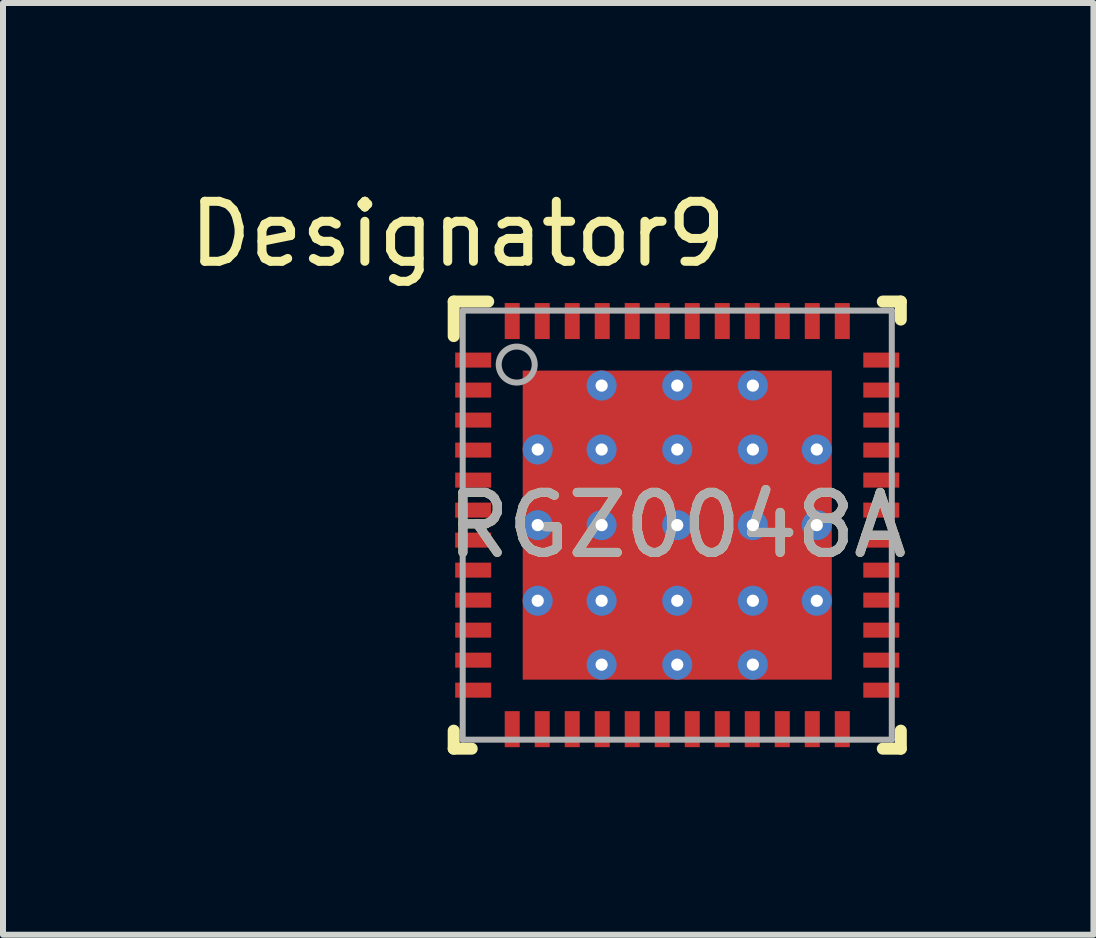
<source format=kicad_pcb>
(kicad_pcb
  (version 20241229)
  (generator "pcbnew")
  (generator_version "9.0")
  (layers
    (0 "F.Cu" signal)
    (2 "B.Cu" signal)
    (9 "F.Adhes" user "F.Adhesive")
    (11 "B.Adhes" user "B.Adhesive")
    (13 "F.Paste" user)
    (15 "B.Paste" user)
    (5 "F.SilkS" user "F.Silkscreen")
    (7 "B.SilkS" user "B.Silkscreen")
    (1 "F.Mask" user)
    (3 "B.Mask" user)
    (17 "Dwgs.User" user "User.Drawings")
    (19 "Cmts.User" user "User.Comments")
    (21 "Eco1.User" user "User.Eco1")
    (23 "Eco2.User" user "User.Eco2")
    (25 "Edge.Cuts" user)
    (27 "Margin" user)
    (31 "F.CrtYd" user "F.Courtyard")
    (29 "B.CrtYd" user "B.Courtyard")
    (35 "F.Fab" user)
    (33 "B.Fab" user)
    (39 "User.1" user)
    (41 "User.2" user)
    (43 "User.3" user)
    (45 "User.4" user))
  (footprint "RGZ0048A"
    (layer "F.Cu")
    (at 8.235 5.7)
    (property "Reference" "RGZ0048A" (at 0 0 0) (unlocked yes) (layer "F.SilkS") (effects (font (size 1 1) (thickness 0.15))))
    (attr smd)
    (fp_line (start -3.725 -3.725) (end -3.15 -3.725) (stroke (width 0.2) (type solid)) (layer "F.SilkS"))
    (fp_line (start -3.725 -3.15) (end -3.725 -3.725) (stroke (width 0.2) (type solid)) (layer "F.SilkS"))
    (fp_line (start -3.725 3.725) (end -3.725 3.425) (stroke (width 0.2) (type solid)) (layer "F.SilkS"))
    (fp_line (start -3.725 3.725) (end -3.425 3.725) (stroke (width 0.2) (type solid)) (layer "F.SilkS"))
    (fp_line (start 3.425 -3.725) (end 3.725 -3.725) (stroke (width 0.2) (type solid)) (layer "F.SilkS"))
    (fp_line (start 3.425 3.725) (end 3.725 3.725) (stroke (width 0.2) (type solid)) (layer "F.SilkS"))
    (fp_line (start 3.725 -3.425) (end 3.725 -3.725) (stroke (width 0.2) (type solid)) (layer "F.SilkS"))
    (fp_line (start 3.725 3.725) (end 3.725 3.425) (stroke (width 0.2) (type solid)) (layer "F.SilkS"))
    (fp_poly (pts (xy -1.36 -2.372) (xy -1.36 -1.408) (xy -1.361 -1.398) (xy -1.364 -1.389) (xy -1.368 -1.381) (xy -1.374 -1.374) (xy -1.381 -1.368) (xy -1.389 -1.364) (xy -1.398 -1.361) (xy -1.408 -1.36) (xy -2.372 -1.36) (xy -2.382 -1.361) (xy -2.391 -1.364) (xy -2.399 -1.368) (xy -2.406 -1.374) (xy -2.412 -1.381) (xy -2.416 -1.389) (xy -2.419 -1.398) (xy -2.42 -1.408) (xy -2.42 -2.372) (xy -2.419 -2.382) (xy -2.416 -2.391) (xy -2.412 -2.399) (xy -2.406 -2.406) (xy -2.399 -2.412) (xy -2.391 -2.416) (xy -2.382 -2.419) (xy -2.372 -2.42) (xy -1.408 -2.42) (xy -1.398 -2.419) (xy -1.389 -2.416) (xy -1.381 -2.412) (xy -1.374 -2.406) (xy -1.368 -2.399) (xy -1.364 -2.391) (xy -1.361 -2.382)) (stroke (width 0) (type solid)) (fill yes) (layer "F.Paste"))
    (fp_poly (pts (xy -1.36 -1.112) (xy -1.36 -0.148) (xy -1.361 -0.138) (xy -1.364 -0.129) (xy -1.368 -0.121) (xy -1.374 -0.114) (xy -1.381 -0.108) (xy -1.389 -0.104) (xy -1.398 -0.101) (xy -1.408 -0.1) (xy -2.372 -0.1) (xy -2.382 -0.101) (xy -2.391 -0.104) (xy -2.399 -0.108) (xy -2.406 -0.114) (xy -2.412 -0.121) (xy -2.416 -0.129) (xy -2.419 -0.138) (xy -2.42 -0.148) (xy -2.42 -1.112) (xy -2.419 -1.122) (xy -2.416 -1.131) (xy -2.412 -1.139) (xy -2.406 -1.146) (xy -2.399 -1.152) (xy -2.391 -1.156) (xy -2.382 -1.159) (xy -2.372 -1.16) (xy -1.408 -1.16) (xy -1.398 -1.159) (xy -1.389 -1.156) (xy -1.381 -1.152) (xy -1.374 -1.146) (xy -1.368 -1.139) (xy -1.364 -1.131) (xy -1.361 -1.122)) (stroke (width 0) (type solid)) (fill yes) (layer "F.Paste"))
    (fp_poly (pts (xy -1.36 0.148) (xy -1.36 1.112) (xy -1.361 1.122) (xy -1.364 1.131) (xy -1.368 1.139) (xy -1.374 1.146) (xy -1.381 1.152) (xy -1.389 1.156) (xy -1.398 1.159) (xy -1.408 1.16) (xy -2.372 1.16) (xy -2.382 1.159) (xy -2.391 1.156) (xy -2.399 1.152) (xy -2.406 1.146) (xy -2.412 1.139) (xy -2.416 1.131) (xy -2.419 1.122) (xy -2.42 1.112) (xy -2.42 0.148) (xy -2.419 0.138) (xy -2.416 0.129) (xy -2.412 0.121) (xy -2.406 0.114) (xy -2.399 0.108) (xy -2.391 0.104) (xy -2.382 0.101) (xy -2.372 0.1) (xy -1.408 0.1) (xy -1.398 0.101) (xy -1.389 0.104) (xy -1.381 0.108) (xy -1.374 0.114) (xy -1.368 0.121) (xy -1.364 0.129) (xy -1.361 0.138)) (stroke (width 0) (type solid)) (fill yes) (layer "F.Paste"))
    (fp_poly (pts (xy -1.36 1.408) (xy -1.36 2.372) (xy -1.361 2.382) (xy -1.364 2.391) (xy -1.368 2.399) (xy -1.374 2.406) (xy -1.381 2.412) (xy -1.389 2.416) (xy -1.398 2.419) (xy -1.408 2.42) (xy -2.372 2.42) (xy -2.382 2.419) (xy -2.391 2.416) (xy -2.399 2.412) (xy -2.406 2.406) (xy -2.412 2.399) (xy -2.416 2.391) (xy -2.419 2.382) (xy -2.42 2.372) (xy -2.42 1.408) (xy -2.419 1.398) (xy -2.416 1.389) (xy -2.412 1.381) (xy -2.406 1.374) (xy -2.399 1.368) (xy -2.391 1.364) (xy -2.382 1.361) (xy -2.372 1.36) (xy -1.408 1.36) (xy -1.398 1.361) (xy -1.389 1.364) (xy -1.381 1.368) (xy -1.374 1.374) (xy -1.368 1.381) (xy -1.364 1.389) (xy -1.361 1.398)) (stroke (width 0) (type solid)) (fill yes) (layer "F.Paste"))
    (fp_poly (pts (xy -0.1 -2.372) (xy -0.1 -1.408) (xy -0.101 -1.398) (xy -0.104 -1.389) (xy -0.108 -1.381) (xy -0.114 -1.374) (xy -0.121 -1.368) (xy -0.129 -1.364) (xy -0.138 -1.361) (xy -0.148 -1.36) (xy -1.112 -1.36) (xy -1.122 -1.361) (xy -1.131 -1.364) (xy -1.139 -1.368) (xy -1.146 -1.374) (xy -1.152 -1.381) (xy -1.156 -1.389) (xy -1.159 -1.398) (xy -1.16 -1.408) (xy -1.16 -2.372) (xy -1.159 -2.382) (xy -1.156 -2.391) (xy -1.152 -2.399) (xy -1.146 -2.406) (xy -1.139 -2.412) (xy -1.131 -2.416) (xy -1.122 -2.419) (xy -1.112 -2.42) (xy -0.148 -2.42) (xy -0.138 -2.419) (xy -0.129 -2.416) (xy -0.121 -2.412) (xy -0.114 -2.406) (xy -0.108 -2.399) (xy -0.104 -2.391) (xy -0.101 -2.382)) (stroke (width 0) (type solid)) (fill yes) (layer "F.Paste"))
    (fp_poly (pts (xy -0.1 -1.112) (xy -0.1 -0.148) (xy -0.101 -0.138) (xy -0.104 -0.129) (xy -0.108 -0.121) (xy -0.114 -0.114) (xy -0.121 -0.108) (xy -0.129 -0.104) (xy -0.138 -0.101) (xy -0.148 -0.1) (xy -1.112 -0.1) (xy -1.122 -0.101) (xy -1.131 -0.104) (xy -1.139 -0.108) (xy -1.146 -0.114) (xy -1.152 -0.121) (xy -1.156 -0.129) (xy -1.159 -0.138) (xy -1.16 -0.148) (xy -1.16 -1.112) (xy -1.159 -1.122) (xy -1.156 -1.131) (xy -1.152 -1.139) (xy -1.146 -1.146) (xy -1.139 -1.152) (xy -1.131 -1.156) (xy -1.122 -1.159) (xy -1.112 -1.16) (xy -0.148 -1.16) (xy -0.138 -1.159) (xy -0.129 -1.156) (xy -0.121 -1.152) (xy -0.114 -1.146) (xy -0.108 -1.139) (xy -0.104 -1.131) (xy -0.101 -1.122)) (stroke (width 0) (type solid)) (fill yes) (layer "F.Paste"))
    (fp_poly (pts (xy -0.1 0.148) (xy -0.1 1.112) (xy -0.101 1.122) (xy -0.104 1.131) (xy -0.108 1.139) (xy -0.114 1.146) (xy -0.121 1.152) (xy -0.129 1.156) (xy -0.138 1.159) (xy -0.148 1.16) (xy -1.112 1.16) (xy -1.122 1.159) (xy -1.131 1.156) (xy -1.139 1.152) (xy -1.146 1.146) (xy -1.152 1.139) (xy -1.156 1.131) (xy -1.159 1.122) (xy -1.16 1.112) (xy -1.16 0.148) (xy -1.159 0.138) (xy -1.156 0.129) (xy -1.152 0.121) (xy -1.146 0.114) (xy -1.139 0.108) (xy -1.131 0.104) (xy -1.122 0.101) (xy -1.112 0.1) (xy -0.148 0.1) (xy -0.138 0.101) (xy -0.129 0.104) (xy -0.121 0.108) (xy -0.114 0.114) (xy -0.108 0.121) (xy -0.104 0.129) (xy -0.101 0.138)) (stroke (width 0) (type solid)) (fill yes) (layer "F.Paste"))
    (fp_poly (pts (xy -0.1 1.408) (xy -0.1 2.372) (xy -0.101 2.382) (xy -0.104 2.391) (xy -0.108 2.399) (xy -0.114 2.406) (xy -0.121 2.412) (xy -0.129 2.416) (xy -0.138 2.419) (xy -0.148 2.42) (xy -1.112 2.42) (xy -1.122 2.419) (xy -1.131 2.416) (xy -1.139 2.412) (xy -1.146 2.406) (xy -1.152 2.399) (xy -1.156 2.391) (xy -1.159 2.382) (xy -1.16 2.372) (xy -1.16 1.408) (xy -1.159 1.398) (xy -1.156 1.389) (xy -1.152 1.381) (xy -1.146 1.374) (xy -1.139 1.368) (xy -1.131 1.364) (xy -1.122 1.361) (xy -1.112 1.36) (xy -0.148 1.36) (xy -0.138 1.361) (xy -0.129 1.364) (xy -0.121 1.368) (xy -0.114 1.374) (xy -0.108 1.381) (xy -0.104 1.389) (xy -0.101 1.398)) (stroke (width 0) (type solid)) (fill yes) (layer "F.Paste"))
    (fp_poly (pts (xy 0.1 -1.408) (xy 0.1 -2.372) (xy 0.101 -2.382) (xy 0.104 -2.391) (xy 0.108 -2.399) (xy 0.114 -2.406) (xy 0.121 -2.412) (xy 0.129 -2.416) (xy 0.138 -2.419) (xy 0.148 -2.42) (xy 1.112 -2.42) (xy 1.122 -2.419) (xy 1.131 -2.416) (xy 1.139 -2.412) (xy 1.146 -2.406) (xy 1.152 -2.399) (xy 1.156 -2.391) (xy 1.159 -2.382) (xy 1.16 -2.372) (xy 1.16 -1.408) (xy 1.159 -1.398) (xy 1.156 -1.389) (xy 1.152 -1.381) (xy 1.146 -1.374) (xy 1.139 -1.368) (xy 1.131 -1.364) (xy 1.122 -1.361) (xy 1.112 -1.36) (xy 0.148 -1.36) (xy 0.138 -1.361) (xy 0.129 -1.364) (xy 0.121 -1.368) (xy 0.114 -1.374) (xy 0.108 -1.381) (xy 0.104 -1.389) (xy 0.101 -1.398)) (stroke (width 0) (type solid)) (fill yes) (layer "F.Paste"))
    (fp_poly (pts (xy 0.1 -0.148) (xy 0.1 -1.112) (xy 0.101 -1.122) (xy 0.104 -1.131) (xy 0.108 -1.139) (xy 0.114 -1.146) (xy 0.121 -1.152) (xy 0.129 -1.156) (xy 0.138 -1.159) (xy 0.148 -1.16) (xy 1.112 -1.16) (xy 1.122 -1.159) (xy 1.131 -1.156) (xy 1.139 -1.152) (xy 1.146 -1.146) (xy 1.152 -1.139) (xy 1.156 -1.131) (xy 1.159 -1.122) (xy 1.16 -1.112) (xy 1.16 -0.148) (xy 1.159 -0.138) (xy 1.156 -0.129) (xy 1.152 -0.121) (xy 1.146 -0.114) (xy 1.139 -0.108) (xy 1.131 -0.104) (xy 1.122 -0.101) (xy 1.112 -0.1) (xy 0.148 -0.1) (xy 0.138 -0.101) (xy 0.129 -0.104) (xy 0.121 -0.108) (xy 0.114 -0.114) (xy 0.108 -0.121) (xy 0.104 -0.129) (xy 0.101 -0.138)) (stroke (width 0) (type solid)) (fill yes) (layer "F.Paste"))
    (fp_poly (pts (xy 0.1 1.112) (xy 0.1 0.148) (xy 0.101 0.138) (xy 0.104 0.129) (xy 0.108 0.121) (xy 0.114 0.114) (xy 0.121 0.108) (xy 0.129 0.104) (xy 0.138 0.101) (xy 0.148 0.1) (xy 1.112 0.1) (xy 1.122 0.101) (xy 1.131 0.104) (xy 1.139 0.108) (xy 1.146 0.114) (xy 1.152 0.121) (xy 1.156 0.129) (xy 1.159 0.138) (xy 1.16 0.148) (xy 1.16 1.112) (xy 1.159 1.122) (xy 1.156 1.131) (xy 1.152 1.139) (xy 1.146 1.146) (xy 1.139 1.152) (xy 1.131 1.156) (xy 1.122 1.159) (xy 1.112 1.16) (xy 0.148 1.16) (xy 0.138 1.159) (xy 0.129 1.156) (xy 0.121 1.152) (xy 0.114 1.146) (xy 0.108 1.139) (xy 0.104 1.131) (xy 0.101 1.122)) (stroke (width 0) (type solid)) (fill yes) (layer "F.Paste"))
    (fp_poly (pts (xy 0.1 2.372) (xy 0.1 1.408) (xy 0.101 1.398) (xy 0.104 1.389) (xy 0.108 1.381) (xy 0.114 1.374) (xy 0.121 1.368) (xy 0.129 1.364) (xy 0.138 1.361) (xy 0.148 1.36) (xy 1.112 1.36) (xy 1.122 1.361) (xy 1.131 1.364) (xy 1.139 1.368) (xy 1.146 1.374) (xy 1.152 1.381) (xy 1.156 1.389) (xy 1.159 1.398) (xy 1.16 1.408) (xy 1.16 2.372) (xy 1.159 2.382) (xy 1.156 2.391) (xy 1.152 2.399) (xy 1.146 2.406) (xy 1.139 2.412) (xy 1.131 2.416) (xy 1.122 2.419) (xy 1.112 2.42) (xy 0.148 2.42) (xy 0.138 2.419) (xy 0.129 2.416) (xy 0.121 2.412) (xy 0.114 2.406) (xy 0.108 2.399) (xy 0.104 2.391) (xy 0.101 2.382)) (stroke (width 0) (type solid)) (fill yes) (layer "F.Paste"))
    (fp_poly (pts (xy 1.36 -1.408) (xy 1.36 -2.372) (xy 1.361 -2.382) (xy 1.364 -2.391) (xy 1.368 -2.399) (xy 1.374 -2.406) (xy 1.381 -2.412) (xy 1.389 -2.416) (xy 1.398 -2.419) (xy 1.408 -2.42) (xy 2.372 -2.42) (xy 2.382 -2.419) (xy 2.391 -2.416) (xy 2.399 -2.412) (xy 2.406 -2.406) (xy 2.412 -2.399) (xy 2.416 -2.391) (xy 2.419 -2.382) (xy 2.42 -2.372) (xy 2.42 -1.408) (xy 2.419 -1.398) (xy 2.416 -1.389) (xy 2.412 -1.381) (xy 2.406 -1.374) (xy 2.399 -1.368) (xy 2.391 -1.364) (xy 2.382 -1.361) (xy 2.372 -1.36) (xy 1.408 -1.36) (xy 1.398 -1.361) (xy 1.389 -1.364) (xy 1.381 -1.368) (xy 1.374 -1.374) (xy 1.368 -1.381) (xy 1.364 -1.389) (xy 1.361 -1.398)) (stroke (width 0) (type solid)) (fill yes) (layer "F.Paste"))
    (fp_poly (pts (xy 1.36 -0.148) (xy 1.36 -1.112) (xy 1.361 -1.122) (xy 1.364 -1.131) (xy 1.368 -1.139) (xy 1.374 -1.146) (xy 1.381 -1.152) (xy 1.389 -1.156) (xy 1.398 -1.159) (xy 1.408 -1.16) (xy 2.372 -1.16) (xy 2.382 -1.159) (xy 2.391 -1.156) (xy 2.399 -1.152) (xy 2.406 -1.146) (xy 2.412 -1.139) (xy 2.416 -1.131) (xy 2.419 -1.122) (xy 2.42 -1.112) (xy 2.42 -0.148) (xy 2.419 -0.138) (xy 2.416 -0.129) (xy 2.412 -0.121) (xy 2.406 -0.114) (xy 2.399 -0.108) (xy 2.391 -0.104) (xy 2.382 -0.101) (xy 2.372 -0.1) (xy 1.408 -0.1) (xy 1.398 -0.101) (xy 1.389 -0.104) (xy 1.381 -0.108) (xy 1.374 -0.114) (xy 1.368 -0.121) (xy 1.364 -0.129) (xy 1.361 -0.138)) (stroke (width 0) (type solid)) (fill yes) (layer "F.Paste"))
    (fp_poly (pts (xy 1.36 1.112) (xy 1.36 0.148) (xy 1.361 0.138) (xy 1.364 0.129) (xy 1.368 0.121) (xy 1.374 0.114) (xy 1.381 0.108) (xy 1.389 0.104) (xy 1.398 0.101) (xy 1.408 0.1) (xy 2.372 0.1) (xy 2.382 0.101) (xy 2.391 0.104) (xy 2.399 0.108) (xy 2.406 0.114) (xy 2.412 0.121) (xy 2.416 0.129) (xy 2.419 0.138) (xy 2.42 0.148) (xy 2.42 1.112) (xy 2.419 1.122) (xy 2.416 1.131) (xy 2.412 1.139) (xy 2.406 1.146) (xy 2.399 1.152) (xy 2.391 1.156) (xy 2.382 1.159) (xy 2.372 1.16) (xy 1.408 1.16) (xy 1.398 1.159) (xy 1.389 1.156) (xy 1.381 1.152) (xy 1.374 1.146) (xy 1.368 1.139) (xy 1.364 1.131) (xy 1.361 1.122)) (stroke (width 0) (type solid)) (fill yes) (layer "F.Paste"))
    (fp_poly (pts (xy 1.36 2.372) (xy 1.36 1.408) (xy 1.361 1.398) (xy 1.364 1.389) (xy 1.368 1.381) (xy 1.374 1.374) (xy 1.381 1.368) (xy 1.389 1.364) (xy 1.398 1.361) (xy 1.408 1.36) (xy 2.372 1.36) (xy 2.382 1.361) (xy 2.391 1.364) (xy 2.399 1.368) (xy 2.406 1.374) (xy 2.412 1.381) (xy 2.416 1.389) (xy 2.419 1.398) (xy 2.42 1.408) (xy 2.42 2.372) (xy 2.419 2.382) (xy 2.416 2.391) (xy 2.412 2.399) (xy 2.406 2.406) (xy 2.399 2.412) (xy 2.391 2.416) (xy 2.382 2.419) (xy 2.372 2.42) (xy 1.408 2.42) (xy 1.398 2.419) (xy 1.389 2.416) (xy 1.381 2.412) (xy 1.374 2.406) (xy 1.368 2.399) (xy 1.364 2.391) (xy 1.361 2.382)) (stroke (width 0) (type solid)) (fill yes) (layer "F.Paste"))
    (fp_line (start -3.575 -3.575) (end 3.575 -3.575) (stroke (width 0.1) (type solid)) (layer "F.Fab"))
    (fp_line (start -3.575 3.575) (end -3.575 -3.575) (stroke (width 0.1) (type solid)) (layer "F.Fab"))
    (fp_line (start -3.575 3.575) (end 3.575 3.575) (stroke (width 0.1) (type solid)) (layer "F.Fab"))
    (fp_line (start 3.575 3.575) (end 3.575 -3.575) (stroke (width 0.1) (type solid)) (layer "F.Fab"))
    (fp_circle (center -2.675 -2.675) (end -2.375 -2.675) (stroke (width 0.1) (type solid)) (fill no) (layer "F.Fab"))
    (fp_text user "Designator9" (at -3.658 -4.851 0) (unlocked yes) (layer "F.SilkS") (effects (font (size 1 1) (thickness 0.15))))
    (fp_text user "${REFERENCE}" (at 0 0 0) (unlocked yes) (layer "F.Fab") (effects (font (size 1 1) (thickness 0.15))))
    (pad "1" smd rect (at -3.4 -2.75 90) (size 0.25 0.6) (layers "F.Cu" "F.Mask" "F.Paste"))
    (pad "2" smd rect (at -3.4 -2.25 90) (size 0.25 0.6) (layers "F.Cu" "F.Mask" "F.Paste"))
    (pad "3" smd rect (at -3.4 -1.75 90) (size 0.25 0.6) (layers "F.Cu" "F.Mask" "F.Paste"))
    (pad "4" smd rect (at -3.4 -1.25 90) (size 0.25 0.6) (layers "F.Cu" "F.Mask" "F.Paste"))
    (pad "5" smd rect (at -3.4 -0.75 90) (size 0.25 0.6) (layers "F.Cu" "F.Mask" "F.Paste"))
    (pad "6" smd rect (at -3.4 -0.25 90) (size 0.25 0.6) (layers "F.Cu" "F.Mask" "F.Paste"))
    (pad "7" smd rect (at -3.4 0.25 90) (size 0.25 0.6) (layers "F.Cu" "F.Mask" "F.Paste"))
    (pad "8" smd rect (at -3.4 0.75 90) (size 0.25 0.6) (layers "F.Cu" "F.Mask" "F.Paste"))
    (pad "9" smd rect (at -3.4 1.25 90) (size 0.25 0.6) (layers "F.Cu" "F.Mask" "F.Paste"))
    (pad "10" smd rect (at -3.4 1.75 90) (size 0.25 0.6) (layers "F.Cu" "F.Mask" "F.Paste"))
    (pad "11" smd rect (at -3.4 2.25 90) (size 0.25 0.6) (layers "F.Cu" "F.Mask" "F.Paste"))
    (pad "12" smd rect (at -3.4 2.75 90) (size 0.25 0.6) (layers "F.Cu" "F.Mask" "F.Paste"))
    (pad "13" smd rect (at -2.75 3.4) (size 0.25 0.6) (layers "F.Cu" "F.Mask" "F.Paste"))
    (pad "14" smd rect (at -2.25 3.4) (size 0.25 0.6) (layers "F.Cu" "F.Mask" "F.Paste"))
    (pad "15" smd rect (at -1.75 3.4) (size 0.25 0.6) (layers "F.Cu" "F.Mask" "F.Paste"))
    (pad "16" smd rect (at -1.25 3.4) (size 0.25 0.6) (layers "F.Cu" "F.Mask" "F.Paste"))
    (pad "17" smd rect (at -0.75 3.4) (size 0.25 0.6) (layers "F.Cu" "F.Mask" "F.Paste"))
    (pad "18" smd rect (at -0.25 3.4) (size 0.25 0.6) (layers "F.Cu" "F.Mask" "F.Paste"))
    (pad "19" smd rect (at 0.25 3.4) (size 0.25 0.6) (layers "F.Cu" "F.Mask" "F.Paste"))
    (pad "20" smd rect (at 0.75 3.4) (size 0.25 0.6) (layers "F.Cu" "F.Mask" "F.Paste"))
    (pad "21" smd rect (at 1.25 3.4) (size 0.25 0.6) (layers "F.Cu" "F.Mask" "F.Paste"))
    (pad "22" smd rect (at 1.75 3.4) (size 0.25 0.6) (layers "F.Cu" "F.Mask" "F.Paste"))
    (pad "23" smd rect (at 2.25 3.4) (size 0.25 0.6) (layers "F.Cu" "F.Mask" "F.Paste"))
    (pad "24" smd rect (at 2.75 3.4) (size 0.25 0.6) (layers "F.Cu" "F.Mask" "F.Paste"))
    (pad "25" smd rect (at 3.4 2.75 90) (size 0.25 0.6) (layers "F.Cu" "F.Mask" "F.Paste"))
    (pad "26" smd rect (at 3.4 2.25 90) (size 0.25 0.6) (layers "F.Cu" "F.Mask" "F.Paste"))
    (pad "27" smd rect (at 3.4 1.75 90) (size 0.25 0.6) (layers "F.Cu" "F.Mask" "F.Paste"))
    (pad "28" smd rect (at 3.4 1.25 90) (size 0.25 0.6) (layers "F.Cu" "F.Mask" "F.Paste"))
    (pad "29" smd rect (at 3.4 0.75 90) (size 0.25 0.6) (layers "F.Cu" "F.Mask" "F.Paste"))
    (pad "30" smd rect (at 3.4 0.25 90) (size 0.25 0.6) (layers "F.Cu" "F.Mask" "F.Paste"))
    (pad "31" smd rect (at 3.4 -0.25 90) (size 0.25 0.6) (layers "F.Cu" "F.Mask" "F.Paste"))
    (pad "32" smd rect (at 3.4 -0.75 90) (size 0.25 0.6) (layers "F.Cu" "F.Mask" "F.Paste"))
    (pad "33" smd rect (at 3.4 -1.25 90) (size 0.25 0.6) (layers "F.Cu" "F.Mask" "F.Paste"))
    (pad "34" smd rect (at 3.4 -1.75 90) (size 0.25 0.6) (layers "F.Cu" "F.Mask" "F.Paste"))
    (pad "35" smd rect (at 3.4 -2.25 90) (size 0.25 0.6) (layers "F.Cu" "F.Mask" "F.Paste"))
    (pad "36" smd rect (at 3.4 -2.75 90) (size 0.25 0.6) (layers "F.Cu" "F.Mask" "F.Paste"))
    (pad "37" smd rect (at 2.75 -3.4) (size 0.25 0.6) (layers "F.Cu" "F.Mask" "F.Paste"))
    (pad "38" smd rect (at 2.25 -3.4) (size 0.25 0.6) (layers "F.Cu" "F.Mask" "F.Paste"))
    (pad "39" smd rect (at 1.75 -3.4) (size 0.25 0.6) (layers "F.Cu" "F.Mask" "F.Paste"))
    (pad "40" smd rect (at 1.25 -3.4) (size 0.25 0.6) (layers "F.Cu" "F.Mask" "F.Paste"))
    (pad "41" smd rect (at 0.75 -3.4) (size 0.25 0.6) (layers "F.Cu" "F.Mask" "F.Paste"))
    (pad "42" smd rect (at 0.25 -3.4) (size 0.25 0.6) (layers "F.Cu" "F.Mask" "F.Paste"))
    (pad "43" smd rect (at -0.25 -3.4) (size 0.25 0.6) (layers "F.Cu" "F.Mask" "F.Paste"))
    (pad "44" smd rect (at -0.75 -3.4) (size 0.25 0.6) (layers "F.Cu" "F.Mask" "F.Paste"))
    (pad "45" smd rect (at -1.25 -3.4) (size 0.25 0.6) (layers "F.Cu" "F.Mask" "F.Paste"))
    (pad "46" smd rect (at -1.75 -3.4) (size 0.25 0.6) (layers "F.Cu" "F.Mask" "F.Paste"))
    (pad "47" smd rect (at -2.25 -3.4) (size 0.25 0.6) (layers "F.Cu" "F.Mask" "F.Paste"))
    (pad "48" smd rect (at -2.75 -3.4) (size 0.25 0.6) (layers "F.Cu" "F.Mask" "F.Paste"))
    (pad "49" smd rect (at 0 0) (size 5.15 5.15) (layers "F.Cu" "F.Mask"))
    (pad "V" thru_hole circle (at -2.325 -1.26) (size 0.5 0.5) (drill 0.203) (layers "*.Cu" "*.Mask"))
    (pad "V" thru_hole circle (at -2.325 0) (size 0.5 0.5) (drill 0.203) (layers "*.Cu" "*.Mask"))
    (pad "V" thru_hole circle (at -2.325 1.26) (size 0.5 0.5) (drill 0.203) (layers "*.Cu" "*.Mask"))
    (pad "V" thru_hole circle (at -1.26 -2.325) (size 0.5 0.5) (drill 0.203) (layers "*.Cu" "*.Mask"))
    (pad "V" thru_hole circle (at -1.26 -1.26) (size 0.5 0.5) (drill 0.203) (layers "*.Cu" "*.Mask"))
    (pad "V" thru_hole circle (at -1.26 0) (size 0.5 0.5) (drill 0.203) (layers "*.Cu" "*.Mask"))
    (pad "V" thru_hole circle (at -1.26 1.26) (size 0.5 0.5) (drill 0.203) (layers "*.Cu" "*.Mask"))
    (pad "V" thru_hole circle (at -1.26 2.325) (size 0.5 0.5) (drill 0.203) (layers "*.Cu" "*.Mask"))
    (pad "V" thru_hole circle (at 0 -2.325) (size 0.5 0.5) (drill 0.203) (layers "*.Cu" "*.Mask"))
    (pad "V" thru_hole circle (at 0 -1.26) (size 0.5 0.5) (drill 0.203) (layers "*.Cu" "*.Mask"))
    (pad "V" thru_hole circle (at 0 0) (size 0.5 0.5) (drill 0.203) (layers "*.Cu" "*.Mask"))
    (pad "V" thru_hole circle (at 0 1.26) (size 0.5 0.5) (drill 0.203) (layers "*.Cu" "*.Mask"))
    (pad "V" thru_hole circle (at 0 2.325) (size 0.5 0.5) (drill 0.203) (layers "*.Cu" "*.Mask"))
    (pad "V" thru_hole circle (at 1.26 -2.325) (size 0.5 0.5) (drill 0.203) (layers "*.Cu" "*.Mask"))
    (pad "V" thru_hole circle (at 1.26 -1.26) (size 0.5 0.5) (drill 0.203) (layers "*.Cu" "*.Mask"))
    (pad "V" thru_hole circle (at 1.26 0) (size 0.5 0.5) (drill 0.203) (layers "*.Cu" "*.Mask"))
    (pad "V" thru_hole circle (at 1.26 1.26) (size 0.5 0.5) (drill 0.203) (layers "*.Cu" "*.Mask"))
    (pad "V" thru_hole circle (at 1.26 2.325) (size 0.5 0.5) (drill 0.203) (layers "*.Cu" "*.Mask"))
    (pad "V" thru_hole circle (at 2.325 -1.26) (size 0.5 0.5) (drill 0.203) (layers "*.Cu" "*.Mask"))
    (pad "V" thru_hole circle (at 2.325 0) (size 0.5 0.5) (drill 0.203) (layers "*.Cu" "*.Mask"))
    (pad "V" thru_hole circle (at 2.325 1.26) (size 0.5 0.5) (drill 0.203) (layers "*.Cu" "*.Mask")))
  (gr_rect
    (start -3 -3)
    (end 15.17 12.525)
    (stroke (width 0.1) (type default))
    (fill no)
    (layer "Edge.Cuts")))
</source>
